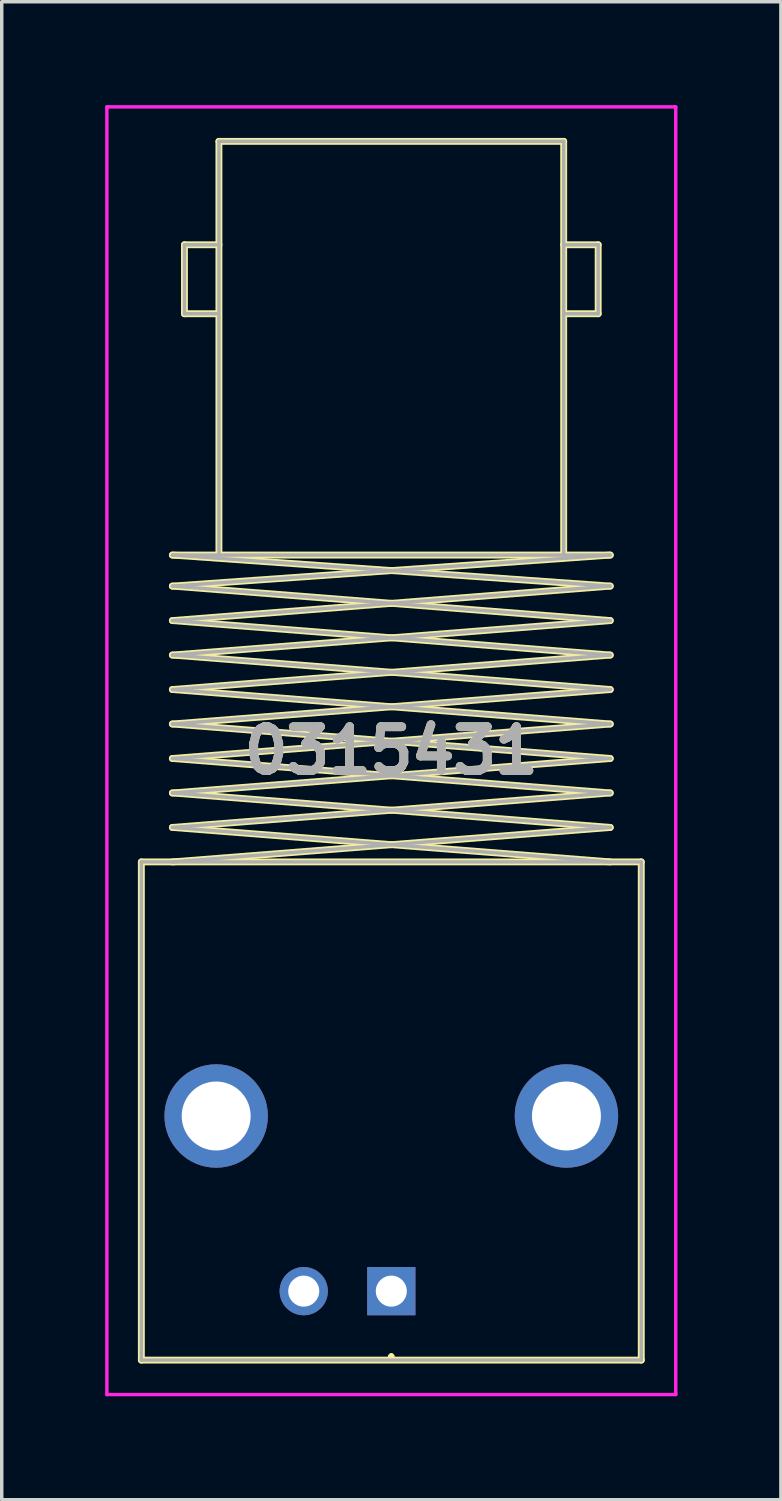
<source format=kicad_pcb>
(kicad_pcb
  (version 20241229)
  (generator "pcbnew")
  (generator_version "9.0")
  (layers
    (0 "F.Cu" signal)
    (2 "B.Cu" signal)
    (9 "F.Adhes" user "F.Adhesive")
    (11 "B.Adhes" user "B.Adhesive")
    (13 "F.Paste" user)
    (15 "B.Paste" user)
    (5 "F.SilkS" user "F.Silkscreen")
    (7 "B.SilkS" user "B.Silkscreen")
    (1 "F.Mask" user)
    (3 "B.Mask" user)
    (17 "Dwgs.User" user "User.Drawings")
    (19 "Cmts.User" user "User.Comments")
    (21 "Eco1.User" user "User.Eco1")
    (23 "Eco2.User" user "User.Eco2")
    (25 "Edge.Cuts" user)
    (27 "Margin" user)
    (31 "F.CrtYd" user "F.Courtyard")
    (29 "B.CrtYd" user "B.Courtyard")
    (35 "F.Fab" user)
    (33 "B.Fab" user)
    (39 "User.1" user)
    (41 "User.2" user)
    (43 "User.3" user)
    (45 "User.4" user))
  (footprint "0315431"
    (layer "F.Cu")
    (at 8.3 34.4)
    (property "Reference" "0315431" (at 0 -15.675 0) (layer "F.SilkS") (effects (font (size 1.27 1.27) (thickness 0.254))))
    (attr through_hole)
    (fp_line (start -7.25 -12.45) (end 7.25 -12.45) (stroke (width 0.2) (type solid)) (layer "F.SilkS"))
    (fp_line (start -7.25 2) (end -7.25 -12.45) (stroke (width 0.2) (type solid)) (layer "F.SilkS"))
    (fp_line (start -6.35 -21.35) (end 6.35 -21.35) (stroke (width 0.2) (type solid)) (layer "F.SilkS"))
    (fp_line (start -6.35 -20.45) (end 6.35 -19.45) (stroke (width 0.2) (type solid)) (layer "F.SilkS"))
    (fp_line (start -6.35 -19.45) (end 6.35 -20.45) (stroke (width 0.2) (type solid)) (layer "F.SilkS"))
    (fp_line (start -6.35 -18.45) (end 6.35 -17.45) (stroke (width 0.2) (type solid)) (layer "F.SilkS"))
    (fp_line (start -6.35 -17.45) (end 6.35 -18.45) (stroke (width 0.2) (type solid)) (layer "F.SilkS"))
    (fp_line (start -6.35 -16.45) (end 6.35 -15.45) (stroke (width 0.2) (type solid)) (layer "F.SilkS"))
    (fp_line (start -6.35 -15.45) (end 6.35 -16.45) (stroke (width 0.2) (type solid)) (layer "F.SilkS"))
    (fp_line (start -6.35 -14.45) (end 6.35 -13.45) (stroke (width 0.2) (type solid)) (layer "F.SilkS"))
    (fp_line (start -6.35 -13.45) (end 6.35 -14.45) (stroke (width 0.2) (type solid)) (layer "F.SilkS"))
    (fp_line (start -6 -30.35) (end -6 -28.35) (stroke (width 0.2) (type solid)) (layer "F.SilkS"))
    (fp_line (start -6 -28.35) (end -5.08 -28.35) (stroke (width 0.2) (type solid)) (layer "F.SilkS"))
    (fp_line (start -5 -33.35) (end 5 -33.35) (stroke (width 0.2) (type solid)) (layer "F.SilkS"))
    (fp_line (start -5 -30.35) (end -6 -30.35) (stroke (width 0.2) (type solid)) (layer "F.SilkS"))
    (fp_line (start -5 -21.35) (end -5 -33.35) (stroke (width 0.2) (type solid)) (layer "F.SilkS"))
    (fp_line (start 0 1.85) (end 0 1.85) (stroke (width 0.1) (type solid)) (layer "F.SilkS"))
    (fp_line (start 0 1.95) (end 0 1.95) (stroke (width 0.1) (type solid)) (layer "F.SilkS"))
    (fp_line (start 5 -33.35) (end 5 -21.35) (stroke (width 0.2) (type solid)) (layer "F.SilkS"))
    (fp_line (start 5.08 -28.35) (end 6 -28.35) (stroke (width 0.2) (type solid)) (layer "F.SilkS"))
    (fp_line (start 6 -30.35) (end 5 -30.35) (stroke (width 0.2) (type solid)) (layer "F.SilkS"))
    (fp_line (start 6 -28.35) (end 6 -30.35) (stroke (width 0.2) (type solid)) (layer "F.SilkS"))
    (fp_line (start 6.35 -21.35) (end -6.35 -20.45) (stroke (width 0.2) (type solid)) (layer "F.SilkS"))
    (fp_line (start 6.35 -20.45) (end -6.35 -21.35) (stroke (width 0.2) (type solid)) (layer "F.SilkS"))
    (fp_line (start 6.35 -19.45) (end -6.35 -18.45) (stroke (width 0.2) (type solid)) (layer "F.SilkS"))
    (fp_line (start 6.35 -18.45) (end -6.35 -19.45) (stroke (width 0.2) (type solid)) (layer "F.SilkS"))
    (fp_line (start 6.35 -17.45) (end -6.35 -16.45) (stroke (width 0.2) (type solid)) (layer "F.SilkS"))
    (fp_line (start 6.35 -16.45) (end -6.35 -17.45) (stroke (width 0.2) (type solid)) (layer "F.SilkS"))
    (fp_line (start 6.35 -15.45) (end -6.35 -14.45) (stroke (width 0.2) (type solid)) (layer "F.SilkS"))
    (fp_line (start 6.35 -14.45) (end -6.35 -15.45) (stroke (width 0.2) (type solid)) (layer "F.SilkS"))
    (fp_line (start 6.35 -13.45) (end -6.35 -12.45) (stroke (width 0.2) (type solid)) (layer "F.SilkS"))
    (fp_line (start 6.35 -12.45) (end -6.35 -13.45) (stroke (width 0.2) (type solid)) (layer "F.SilkS"))
    (fp_line (start 7.25 -12.45) (end 7.25 2) (stroke (width 0.2) (type solid)) (layer "F.SilkS"))
    (fp_line (start 7.25 2) (end -7.25 2) (stroke (width 0.2) (type solid)) (layer "F.SilkS"))
    (fp_arc (start 0 1.85) (mid 0.05 1.9) (end 0 1.95) (stroke (width 0.1) (type solid)) (layer "F.SilkS"))
    (fp_arc (start 0 1.95) (mid -0.05 1.9) (end 0 1.85) (stroke (width 0.1) (type solid)) (layer "F.SilkS"))
    (fp_line (start -8.25 -34.35) (end 8.25 -34.35) (stroke (width 0.1) (type solid)) (layer "F.CrtYd"))
    (fp_line (start -8.25 3) (end -8.25 -34.35) (stroke (width 0.1) (type solid)) (layer "F.CrtYd"))
    (fp_line (start 8.25 -34.35) (end 8.25 3) (stroke (width 0.1) (type solid)) (layer "F.CrtYd"))
    (fp_line (start 8.25 3) (end -8.25 3) (stroke (width 0.1) (type solid)) (layer "F.CrtYd"))
    (fp_line (start -7.25 -12.45) (end 7.25 -12.45) (stroke (width 0.1) (type solid)) (layer "F.Fab"))
    (fp_line (start -7.25 2) (end -7.25 -12.45) (stroke (width 0.1) (type solid)) (layer "F.Fab"))
    (fp_line (start -6.35 -21.35) (end 6.35 -21.35) (stroke (width 0.1) (type solid)) (layer "F.Fab"))
    (fp_line (start -6.35 -20.45) (end 6.35 -19.45) (stroke (width 0.1) (type solid)) (layer "F.Fab"))
    (fp_line (start -6.35 -19.45) (end 6.35 -20.45) (stroke (width 0.1) (type solid)) (layer "F.Fab"))
    (fp_line (start -6.35 -18.45) (end 6.35 -17.45) (stroke (width 0.1) (type solid)) (layer "F.Fab"))
    (fp_line (start -6.35 -17.45) (end 6.35 -18.45) (stroke (width 0.1) (type solid)) (layer "F.Fab"))
    (fp_line (start -6.35 -16.45) (end 6.35 -15.45) (stroke (width 0.1) (type solid)) (layer "F.Fab"))
    (fp_line (start -6.35 -15.45) (end 6.35 -16.45) (stroke (width 0.1) (type solid)) (layer "F.Fab"))
    (fp_line (start -6.35 -14.45) (end 6.35 -13.45) (stroke (width 0.1) (type solid)) (layer "F.Fab"))
    (fp_line (start -6.35 -13.45) (end 6.35 -14.45) (stroke (width 0.1) (type solid)) (layer "F.Fab"))
    (fp_line (start -6 -30.35) (end -6 -28.35) (stroke (width 0.1) (type solid)) (layer "F.Fab"))
    (fp_line (start -6 -28.35) (end -5.08 -28.35) (stroke (width 0.1) (type solid)) (layer "F.Fab"))
    (fp_line (start -5.08 -30.35) (end -6 -30.35) (stroke (width 0.1) (type solid)) (layer "F.Fab"))
    (fp_line (start -5 -33.35) (end 5 -33.35) (stroke (width 0.1) (type solid)) (layer "F.Fab"))
    (fp_line (start -5 -21.35) (end -5 -33.35) (stroke (width 0.1) (type solid)) (layer "F.Fab"))
    (fp_line (start 5 -33.35) (end 5 -21.35) (stroke (width 0.1) (type solid)) (layer "F.Fab"))
    (fp_line (start 5 -30.35) (end 6 -30.35) (stroke (width 0.1) (type solid)) (layer "F.Fab"))
    (fp_line (start 6 -30.35) (end 6 -28.35) (stroke (width 0.1) (type solid)) (layer "F.Fab"))
    (fp_line (start 6 -28.35) (end 5.08 -28.35) (stroke (width 0.1) (type solid)) (layer "F.Fab"))
    (fp_line (start 6.35 -21.35) (end -6.35 -20.45) (stroke (width 0.1) (type solid)) (layer "F.Fab"))
    (fp_line (start 6.35 -20.45) (end -6.35 -21.35) (stroke (width 0.1) (type solid)) (layer "F.Fab"))
    (fp_line (start 6.35 -19.45) (end -6.35 -18.45) (stroke (width 0.1) (type solid)) (layer "F.Fab"))
    (fp_line (start 6.35 -18.45) (end -6.35 -19.45) (stroke (width 0.1) (type solid)) (layer "F.Fab"))
    (fp_line (start 6.35 -17.45) (end -6.35 -16.45) (stroke (width 0.1) (type solid)) (layer "F.Fab"))
    (fp_line (start 6.35 -16.45) (end -6.35 -17.45) (stroke (width 0.1) (type solid)) (layer "F.Fab"))
    (fp_line (start 6.35 -15.45) (end -6.35 -14.45) (stroke (width 0.1) (type solid)) (layer "F.Fab"))
    (fp_line (start 6.35 -14.45) (end -6.35 -15.45) (stroke (width 0.1) (type solid)) (layer "F.Fab"))
    (fp_line (start 6.35 -13.45) (end -6.35 -12.45) (stroke (width 0.1) (type solid)) (layer "F.Fab"))
    (fp_line (start 6.35 -12.45) (end -6.35 -13.45) (stroke (width 0.1) (type solid)) (layer "F.Fab"))
    (fp_line (start 7.25 -12.45) (end 7.25 2) (stroke (width 0.1) (type solid)) (layer "F.Fab"))
    (fp_line (start 7.25 2) (end -7.25 2) (stroke (width 0.1) (type solid)) (layer "F.Fab"))
    (fp_text user "${REFERENCE}" (at 0 -15.675 0) (layer "F.Fab") (effects (font (size 1.27 1.27) (thickness 0.254))))
    (pad "1" thru_hole rect (at 0 0) (size 1.4 1.4) (drill 0.9) (layers "*.Cu" "*.Mask"))
    (pad "2" thru_hole circle (at -2.54 0) (size 1.4 1.4) (drill 0.9) (layers "*.Cu" "*.Mask"))
    (pad "3" thru_hole circle (at 5.08 -5.08) (size 3 3) (drill 2) (layers "*.Cu" "*.Mask"))
    (pad "4" thru_hole circle (at -5.08 -5.08) (size 3 3) (drill 2) (layers "*.Cu" "*.Mask")))
  (gr_rect
    (start -3 -3)
    (end 19.6 40.45)
    (stroke (width 0.1) (type default))
    (fill no)
    (layer "Edge.Cuts")))
</source>
